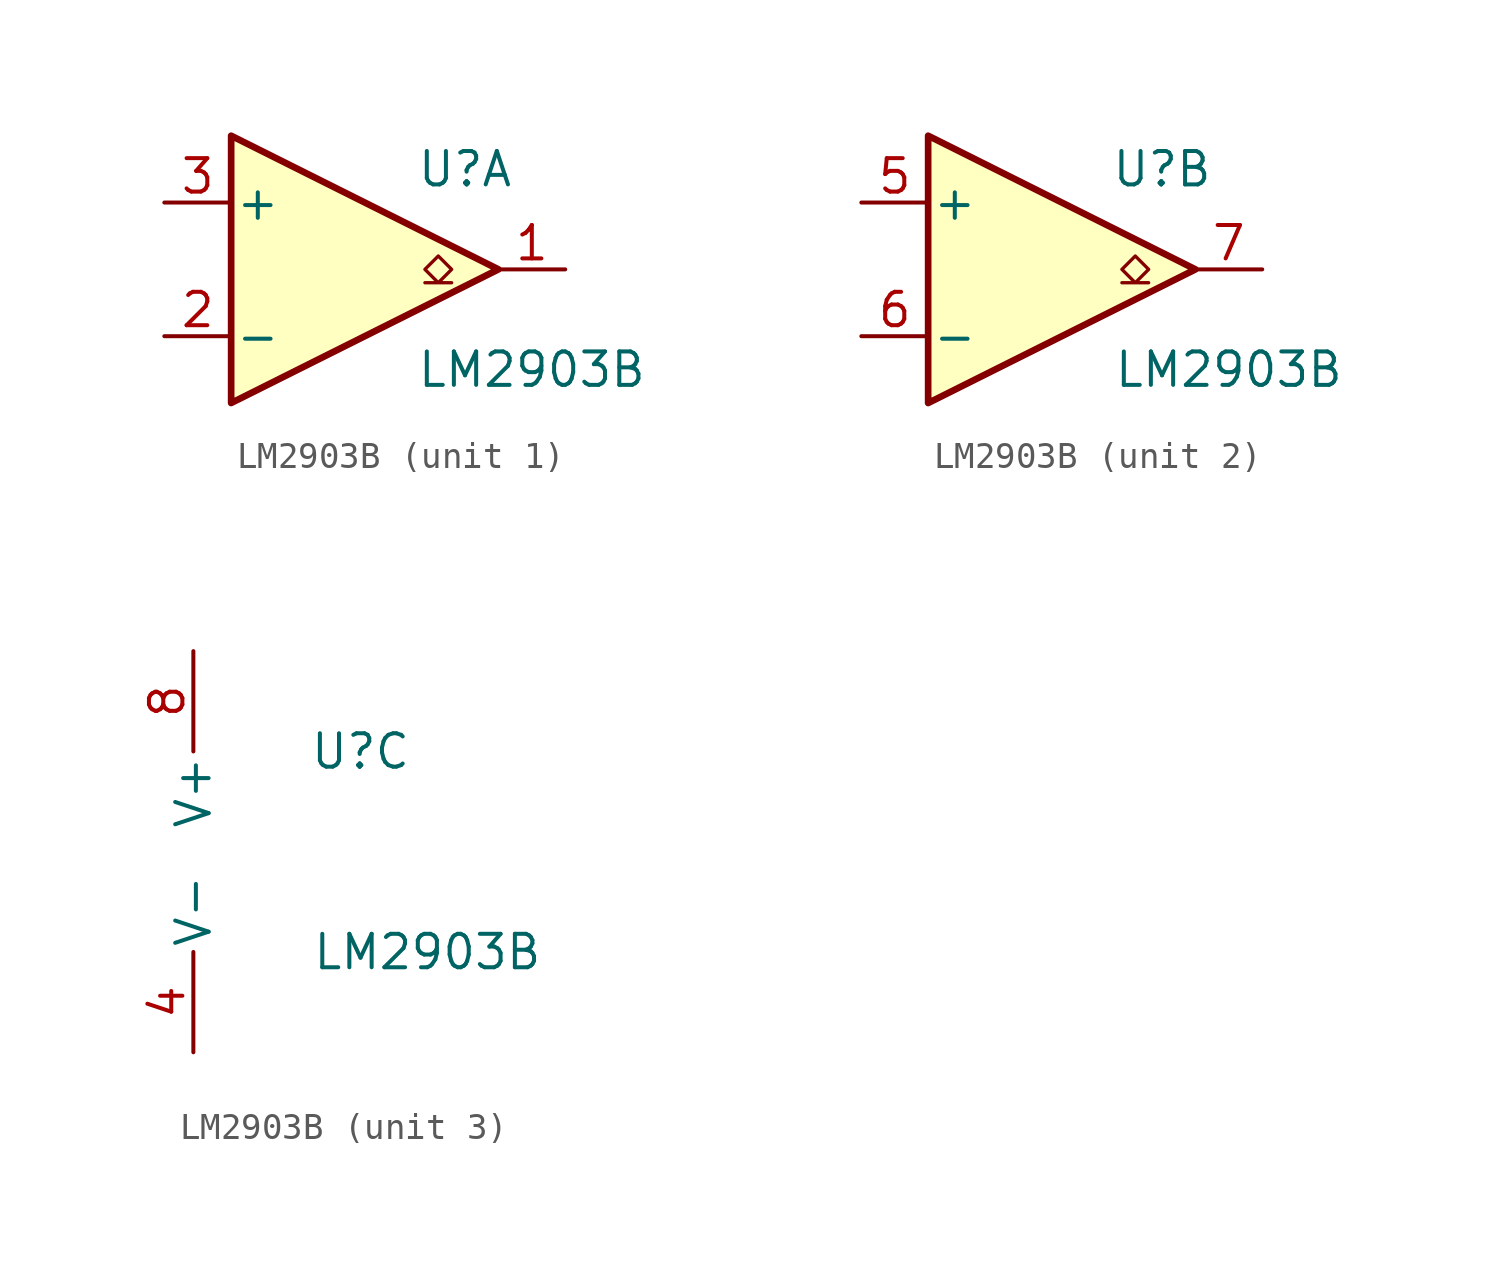
<source format=kicad_sym>
(kicad_symbol_lib
  (version 20241209)
  (generator "kicad_symbol_editor")
  (generator_version "9.0")
  (symbol "LM2903B"
    (pin_names
      (offset 0.127))
    (property "Reference" "U"
      (at 3.81 3.81 0)
      (effects (font (size 1.27 1.27))))
    (property "Value" "LM2903B"
      (at 6.35 -3.81 0)
      (effects (font (size 1.27 1.27))))
    (property "ki_locked" ""
      (at 0 0 0)
      (effects (font (size 1.27 1.27))))
    (symbol "LM2903B_1_1"
      (polyline (pts (xy -5.08 5.08) (xy 5.08 0) (xy -5.08 -5.08) (xy -5.08 5.08)) (stroke (width 0.254) (type default)) (fill (type background)))
      (polyline (pts (xy 3.302 -0.508) (xy 2.794 -0.508) (xy 3.302 0) (xy 2.794 0.508) (xy 2.286 0) (xy 2.794 -0.508) (xy 2.286 -0.508)) (stroke (width 0.127) (type default)) (fill (type none)))
      (pin input line (at -7.62 2.54 0) (length 2.54) (name "+" (effects (font (size 1.27 1.27)))) (number "3" (effects (font (size 1.27 1.27)))))
      (pin input line (at -7.62 -2.54 0) (length 2.54) (name "-" (effects (font (size 1.27 1.27)))) (number "2" (effects (font (size 1.27 1.27)))))
      (pin open_collector line (at 7.62 0 180) (length 2.54) (name "~" (effects (font (size 1.27 1.27)))) (number "1" (effects (font (size 1.27 1.27))))))
    (symbol "LM2903B_2_1"
      (polyline (pts (xy -5.08 5.08) (xy 5.08 0) (xy -5.08 -5.08) (xy -5.08 5.08)) (stroke (width 0.254) (type default)) (fill (type background)))
      (polyline (pts (xy 3.302 -0.508) (xy 2.794 -0.508) (xy 3.302 0) (xy 2.794 0.508) (xy 2.286 0) (xy 2.794 -0.508) (xy 2.286 -0.508)) (stroke (width 0.127) (type default)) (fill (type none)))
      (pin input line (at -7.62 2.54 0) (length 2.54) (name "+" (effects (font (size 1.27 1.27)))) (number "5" (effects (font (size 1.27 1.27)))))
      (pin input line (at -7.62 -2.54 0) (length 2.54) (name "-" (effects (font (size 1.27 1.27)))) (number "6" (effects (font (size 1.27 1.27)))))
      (pin open_collector line (at 7.62 0 180) (length 2.54) (name "~" (effects (font (size 1.27 1.27)))) (number "7" (effects (font (size 1.27 1.27))))))
    (symbol "LM2903B_3_1"
      (pin power_in line (at -2.54 7.62 270) (length 3.81) (name "V+" (effects (font (size 1.27 1.27)))) (number "8" (effects (font (size 1.27 1.27)))))
      (pin power_in line (at -2.54 -7.62 90) (length 3.81) (name "V-" (effects (font (size 1.27 1.27)))) (number "4" (effects (font (size 1.27 1.27))))))))
</source>
